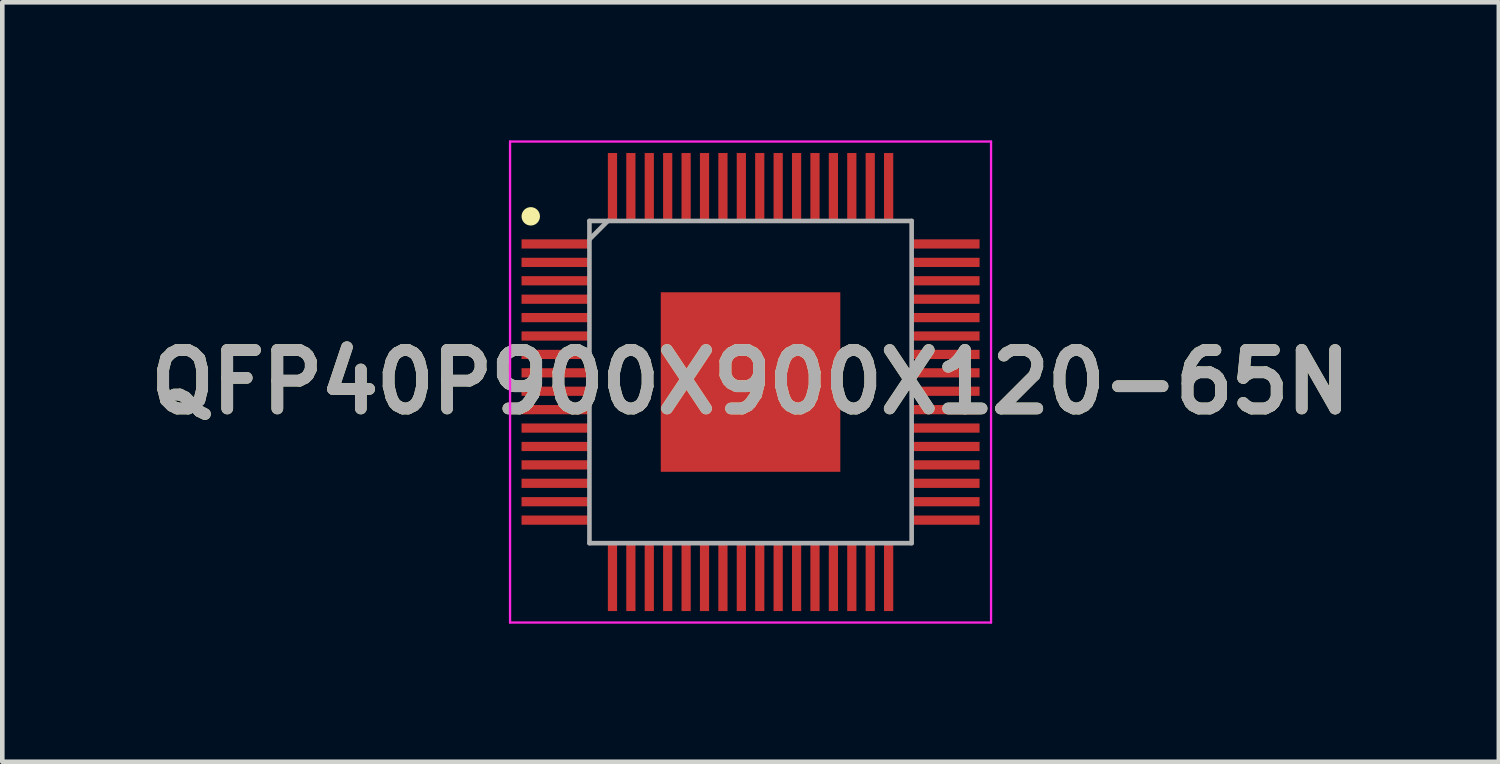
<source format=kicad_pcb>
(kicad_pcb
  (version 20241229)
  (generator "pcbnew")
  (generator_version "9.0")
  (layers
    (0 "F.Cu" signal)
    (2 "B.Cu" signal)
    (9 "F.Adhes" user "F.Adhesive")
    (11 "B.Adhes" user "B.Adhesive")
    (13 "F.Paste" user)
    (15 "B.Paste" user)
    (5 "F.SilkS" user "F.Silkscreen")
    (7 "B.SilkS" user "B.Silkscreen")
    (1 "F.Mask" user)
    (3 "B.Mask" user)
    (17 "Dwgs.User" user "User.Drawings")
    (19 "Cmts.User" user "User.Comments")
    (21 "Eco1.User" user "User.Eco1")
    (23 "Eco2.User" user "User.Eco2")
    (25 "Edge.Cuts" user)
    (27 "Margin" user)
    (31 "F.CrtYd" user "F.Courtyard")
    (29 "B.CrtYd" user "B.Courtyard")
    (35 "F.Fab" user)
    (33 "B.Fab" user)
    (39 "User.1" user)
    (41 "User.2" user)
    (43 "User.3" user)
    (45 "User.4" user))
  (footprint "QFP40P900X900X120-65N"
    (layer "F.Cu")
    (at 13.256 5.25)
    (property "Reference" "QFP40P900X900X120-65N" (at 0 0 0) (layer "F.SilkS") (effects (font (size 1.27 1.27) (thickness 0.254))))
    (attr smd)
    (fp_circle (center -4.775 -3.6) (end -4.775 -3.5) (stroke (width 0.2) (type solid)) (fill no) (layer "F.SilkS"))
    (fp_line (start -5.225 -5.225) (end 5.225 -5.225) (stroke (width 0.05) (type solid)) (layer "F.CrtYd"))
    (fp_line (start -5.225 5.225) (end -5.225 -5.225) (stroke (width 0.05) (type solid)) (layer "F.CrtYd"))
    (fp_line (start 5.225 -5.225) (end 5.225 5.225) (stroke (width 0.05) (type solid)) (layer "F.CrtYd"))
    (fp_line (start 5.225 5.225) (end -5.225 5.225) (stroke (width 0.05) (type solid)) (layer "F.CrtYd"))
    (fp_line (start -3.5 -3.5) (end 3.5 -3.5) (stroke (width 0.1) (type solid)) (layer "F.Fab"))
    (fp_line (start -3.5 -3.1) (end -3.1 -3.5) (stroke (width 0.1) (type solid)) (layer "F.Fab"))
    (fp_line (start -3.5 3.5) (end -3.5 -3.5) (stroke (width 0.1) (type solid)) (layer "F.Fab"))
    (fp_line (start 3.5 -3.5) (end 3.5 3.5) (stroke (width 0.1) (type solid)) (layer "F.Fab"))
    (fp_line (start 3.5 3.5) (end -3.5 3.5) (stroke (width 0.1) (type solid)) (layer "F.Fab"))
    (fp_text user "${REFERENCE}" (at 0 0 0) (layer "F.Fab") (effects (font (size 1.27 1.27) (thickness 0.254))))
    (pad "1" smd rect (at -4.238 -3 90) (size 0.2 1.475) (layers "F.Cu" "F.Mask" "F.Paste"))
    (pad "2" smd rect (at -4.238 -2.6 90) (size 0.2 1.475) (layers "F.Cu" "F.Mask" "F.Paste"))
    (pad "3" smd rect (at -4.238 -2.2 90) (size 0.2 1.475) (layers "F.Cu" "F.Mask" "F.Paste"))
    (pad "4" smd rect (at -4.238 -1.8 90) (size 0.2 1.475) (layers "F.Cu" "F.Mask" "F.Paste"))
    (pad "5" smd rect (at -4.238 -1.4 90) (size 0.2 1.475) (layers "F.Cu" "F.Mask" "F.Paste"))
    (pad "6" smd rect (at -4.238 -1 90) (size 0.2 1.475) (layers "F.Cu" "F.Mask" "F.Paste"))
    (pad "7" smd rect (at -4.238 -0.6 90) (size 0.2 1.475) (layers "F.Cu" "F.Mask" "F.Paste"))
    (pad "8" smd rect (at -4.238 -0.2 90) (size 0.2 1.475) (layers "F.Cu" "F.Mask" "F.Paste"))
    (pad "9" smd rect (at -4.238 0.2 90) (size 0.2 1.475) (layers "F.Cu" "F.Mask" "F.Paste"))
    (pad "10" smd rect (at -4.238 0.6 90) (size 0.2 1.475) (layers "F.Cu" "F.Mask" "F.Paste"))
    (pad "11" smd rect (at -4.238 1 90) (size 0.2 1.475) (layers "F.Cu" "F.Mask" "F.Paste"))
    (pad "12" smd rect (at -4.238 1.4 90) (size 0.2 1.475) (layers "F.Cu" "F.Mask" "F.Paste"))
    (pad "13" smd rect (at -4.238 1.8 90) (size 0.2 1.475) (layers "F.Cu" "F.Mask" "F.Paste"))
    (pad "14" smd rect (at -4.238 2.2 90) (size 0.2 1.475) (layers "F.Cu" "F.Mask" "F.Paste"))
    (pad "15" smd rect (at -4.238 2.6 90) (size 0.2 1.475) (layers "F.Cu" "F.Mask" "F.Paste"))
    (pad "16" smd rect (at -4.238 3 90) (size 0.2 1.475) (layers "F.Cu" "F.Mask" "F.Paste"))
    (pad "17" smd rect (at -3 4.238) (size 0.2 1.475) (layers "F.Cu" "F.Mask" "F.Paste"))
    (pad "18" smd rect (at -2.6 4.238) (size 0.2 1.475) (layers "F.Cu" "F.Mask" "F.Paste"))
    (pad "19" smd rect (at -2.2 4.238) (size 0.2 1.475) (layers "F.Cu" "F.Mask" "F.Paste"))
    (pad "20" smd rect (at -1.8 4.238) (size 0.2 1.475) (layers "F.Cu" "F.Mask" "F.Paste"))
    (pad "21" smd rect (at -1.4 4.238) (size 0.2 1.475) (layers "F.Cu" "F.Mask" "F.Paste"))
    (pad "22" smd rect (at -1 4.238) (size 0.2 1.475) (layers "F.Cu" "F.Mask" "F.Paste"))
    (pad "23" smd rect (at -0.6 4.238) (size 0.2 1.475) (layers "F.Cu" "F.Mask" "F.Paste"))
    (pad "24" smd rect (at -0.2 4.238) (size 0.2 1.475) (layers "F.Cu" "F.Mask" "F.Paste"))
    (pad "25" smd rect (at 0.2 4.238) (size 0.2 1.475) (layers "F.Cu" "F.Mask" "F.Paste"))
    (pad "26" smd rect (at 0.6 4.238) (size 0.2 1.475) (layers "F.Cu" "F.Mask" "F.Paste"))
    (pad "27" smd rect (at 1 4.238) (size 0.2 1.475) (layers "F.Cu" "F.Mask" "F.Paste"))
    (pad "28" smd rect (at 1.4 4.238) (size 0.2 1.475) (layers "F.Cu" "F.Mask" "F.Paste"))
    (pad "29" smd rect (at 1.8 4.238) (size 0.2 1.475) (layers "F.Cu" "F.Mask" "F.Paste"))
    (pad "30" smd rect (at 2.2 4.238) (size 0.2 1.475) (layers "F.Cu" "F.Mask" "F.Paste"))
    (pad "31" smd rect (at 2.6 4.238) (size 0.2 1.475) (layers "F.Cu" "F.Mask" "F.Paste"))
    (pad "32" smd rect (at 3 4.238) (size 0.2 1.475) (layers "F.Cu" "F.Mask" "F.Paste"))
    (pad "33" smd rect (at 4.238 3 90) (size 0.2 1.475) (layers "F.Cu" "F.Mask" "F.Paste"))
    (pad "34" smd rect (at 4.238 2.6 90) (size 0.2 1.475) (layers "F.Cu" "F.Mask" "F.Paste"))
    (pad "35" smd rect (at 4.238 2.2 90) (size 0.2 1.475) (layers "F.Cu" "F.Mask" "F.Paste"))
    (pad "36" smd rect (at 4.238 1.8 90) (size 0.2 1.475) (layers "F.Cu" "F.Mask" "F.Paste"))
    (pad "37" smd rect (at 4.238 1.4 90) (size 0.2 1.475) (layers "F.Cu" "F.Mask" "F.Paste"))
    (pad "38" smd rect (at 4.238 1 90) (size 0.2 1.475) (layers "F.Cu" "F.Mask" "F.Paste"))
    (pad "39" smd rect (at 4.238 0.6 90) (size 0.2 1.475) (layers "F.Cu" "F.Mask" "F.Paste"))
    (pad "40" smd rect (at 4.238 0.2 90) (size 0.2 1.475) (layers "F.Cu" "F.Mask" "F.Paste"))
    (pad "41" smd rect (at 4.238 -0.2 90) (size 0.2 1.475) (layers "F.Cu" "F.Mask" "F.Paste"))
    (pad "42" smd rect (at 4.238 -0.6 90) (size 0.2 1.475) (layers "F.Cu" "F.Mask" "F.Paste"))
    (pad "43" smd rect (at 4.238 -1 90) (size 0.2 1.475) (layers "F.Cu" "F.Mask" "F.Paste"))
    (pad "44" smd rect (at 4.238 -1.4 90) (size 0.2 1.475) (layers "F.Cu" "F.Mask" "F.Paste"))
    (pad "45" smd rect (at 4.238 -1.8 90) (size 0.2 1.475) (layers "F.Cu" "F.Mask" "F.Paste"))
    (pad "46" smd rect (at 4.238 -2.2 90) (size 0.2 1.475) (layers "F.Cu" "F.Mask" "F.Paste"))
    (pad "47" smd rect (at 4.238 -2.6 90) (size 0.2 1.475) (layers "F.Cu" "F.Mask" "F.Paste"))
    (pad "48" smd rect (at 4.238 -3 90) (size 0.2 1.475) (layers "F.Cu" "F.Mask" "F.Paste"))
    (pad "49" smd rect (at 3 -4.238) (size 0.2 1.475) (layers "F.Cu" "F.Mask" "F.Paste"))
    (pad "50" smd rect (at 2.6 -4.238) (size 0.2 1.475) (layers "F.Cu" "F.Mask" "F.Paste"))
    (pad "51" smd rect (at 2.2 -4.238) (size 0.2 1.475) (layers "F.Cu" "F.Mask" "F.Paste"))
    (pad "52" smd rect (at 1.8 -4.238) (size 0.2 1.475) (layers "F.Cu" "F.Mask" "F.Paste"))
    (pad "53" smd rect (at 1.4 -4.238) (size 0.2 1.475) (layers "F.Cu" "F.Mask" "F.Paste"))
    (pad "54" smd rect (at 1 -4.238) (size 0.2 1.475) (layers "F.Cu" "F.Mask" "F.Paste"))
    (pad "55" smd rect (at 0.6 -4.238) (size 0.2 1.475) (layers "F.Cu" "F.Mask" "F.Paste"))
    (pad "56" smd rect (at 0.2 -4.238) (size 0.2 1.475) (layers "F.Cu" "F.Mask" "F.Paste"))
    (pad "57" smd rect (at -0.2 -4.238) (size 0.2 1.475) (layers "F.Cu" "F.Mask" "F.Paste"))
    (pad "58" smd rect (at -0.6 -4.238) (size 0.2 1.475) (layers "F.Cu" "F.Mask" "F.Paste"))
    (pad "59" smd rect (at -1 -4.238) (size 0.2 1.475) (layers "F.Cu" "F.Mask" "F.Paste"))
    (pad "60" smd rect (at -1.4 -4.238) (size 0.2 1.475) (layers "F.Cu" "F.Mask" "F.Paste"))
    (pad "61" smd rect (at -1.8 -4.238) (size 0.2 1.475) (layers "F.Cu" "F.Mask" "F.Paste"))
    (pad "62" smd rect (at -2.2 -4.238) (size 0.2 1.475) (layers "F.Cu" "F.Mask" "F.Paste"))
    (pad "63" smd rect (at -2.6 -4.238) (size 0.2 1.475) (layers "F.Cu" "F.Mask" "F.Paste"))
    (pad "64" smd rect (at -3 -4.238) (size 0.2 1.475) (layers "F.Cu" "F.Mask" "F.Paste"))
    (pad "65" smd rect (at 0 0) (size 3.9 3.9) (layers "F.Cu" "F.Mask" "F.Paste")))
  (gr_rect
    (start -3 -3)
    (end 29.513 13.5)
    (stroke (width 0.1) (type default))
    (fill no)
    (layer "Edge.Cuts")))
</source>
